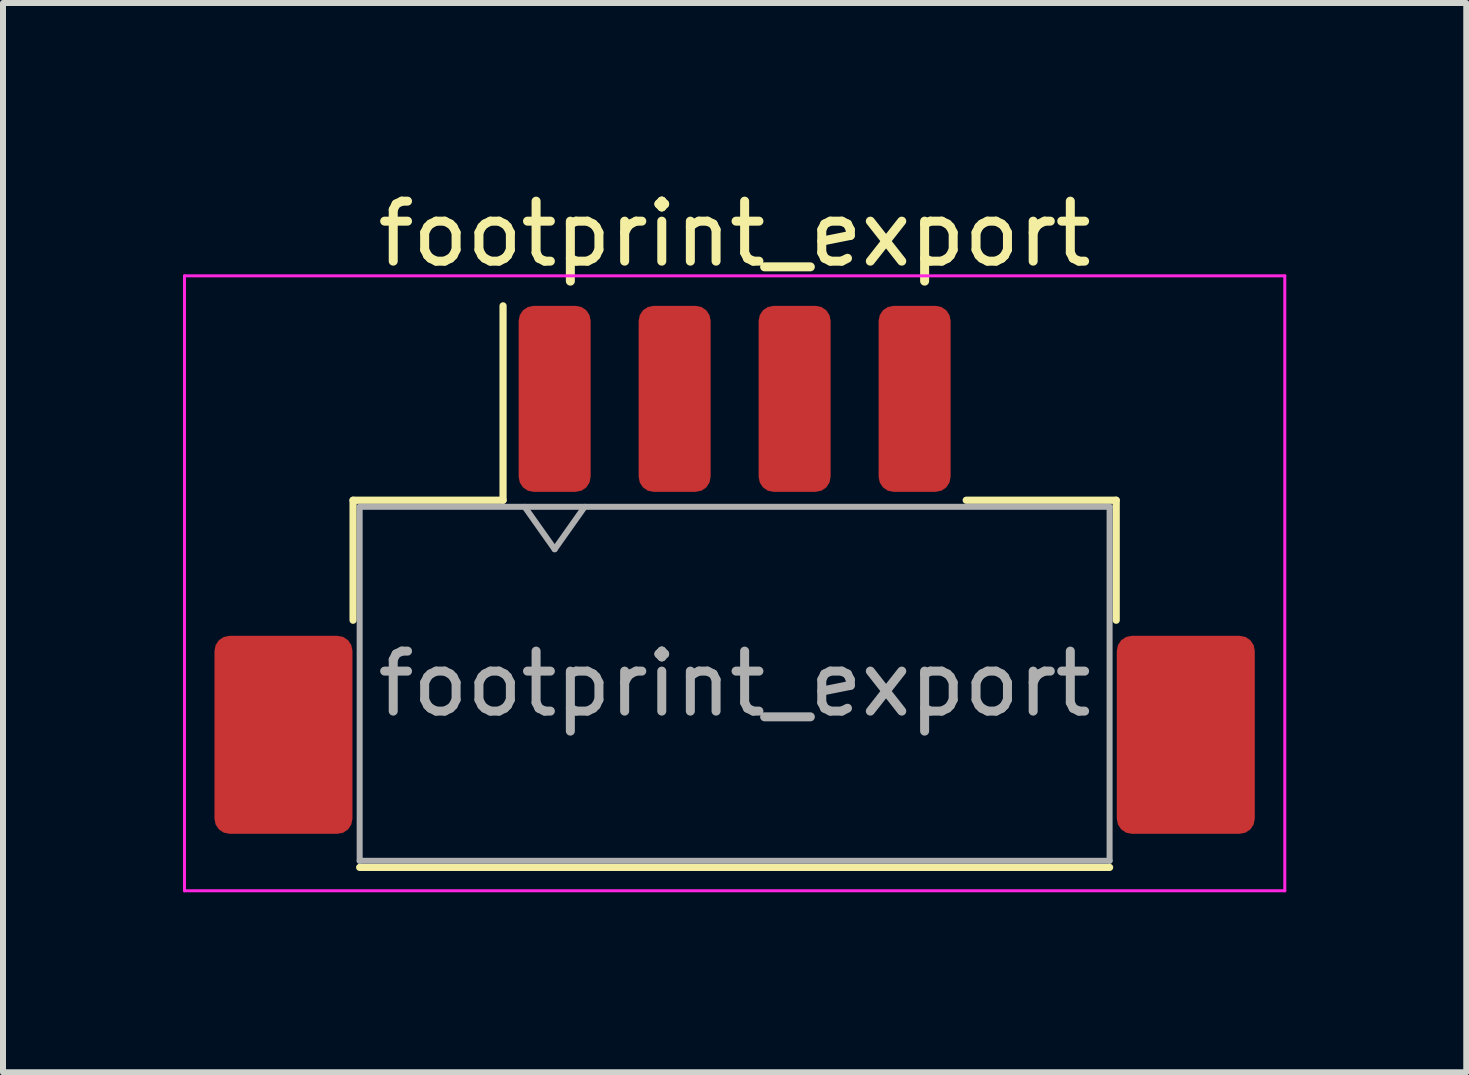
<source format=kicad_pcb>
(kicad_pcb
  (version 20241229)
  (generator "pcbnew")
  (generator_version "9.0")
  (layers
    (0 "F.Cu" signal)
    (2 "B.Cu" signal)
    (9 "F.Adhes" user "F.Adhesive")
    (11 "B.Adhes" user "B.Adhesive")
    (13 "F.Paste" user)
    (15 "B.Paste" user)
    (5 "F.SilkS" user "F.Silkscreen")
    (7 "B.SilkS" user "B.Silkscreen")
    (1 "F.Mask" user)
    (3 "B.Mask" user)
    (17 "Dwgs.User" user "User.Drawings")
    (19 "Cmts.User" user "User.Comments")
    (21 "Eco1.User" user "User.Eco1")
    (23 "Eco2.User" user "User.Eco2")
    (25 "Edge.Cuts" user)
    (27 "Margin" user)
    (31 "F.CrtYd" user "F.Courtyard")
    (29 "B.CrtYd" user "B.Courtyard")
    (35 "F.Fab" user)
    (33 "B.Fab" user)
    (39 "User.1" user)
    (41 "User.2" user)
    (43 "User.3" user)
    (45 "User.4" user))
  (footprint "footprint_export"
    (layer "F.Cu")
    (at 9.195 6.448)
    (property "Reference" "footprint_export" (at 0 -5.6 0) (layer "F.SilkS") (effects (font (size 1 1) (thickness 0.15))))
    (attr smd)
    (fp_line (start -6.36 -1.16) (end -3.86 -1.16) (stroke (width 0.12) (type solid)) (layer "F.SilkS"))
    (fp_line (start -6.36 0.84) (end -6.36 -1.16) (stroke (width 0.12) (type solid)) (layer "F.SilkS"))
    (fp_line (start -6.25 4.96) (end 6.25 4.96) (stroke (width 0.12) (type solid)) (layer "F.SilkS"))
    (fp_line (start -3.86 -1.16) (end -3.86 -4.4) (stroke (width 0.12) (type solid)) (layer "F.SilkS"))
    (fp_line (start 6.36 -1.16) (end 3.86 -1.16) (stroke (width 0.12) (type solid)) (layer "F.SilkS"))
    (fp_line (start 6.36 0.84) (end 6.36 -1.16) (stroke (width 0.12) (type solid)) (layer "F.SilkS"))
    (fp_line (start -9.17 -4.9) (end -9.17 5.35) (stroke (width 0.05) (type solid)) (layer "F.CrtYd"))
    (fp_line (start -9.17 5.35) (end 9.17 5.35) (stroke (width 0.05) (type solid)) (layer "F.CrtYd"))
    (fp_line (start 9.17 -4.9) (end -9.17 -4.9) (stroke (width 0.05) (type solid)) (layer "F.CrtYd"))
    (fp_line (start 9.17 5.35) (end 9.17 -4.9) (stroke (width 0.05) (type solid)) (layer "F.CrtYd"))
    (fp_line (start -6.25 -1.05) (end -6.25 4.85) (stroke (width 0.1) (type solid)) (layer "F.Fab"))
    (fp_line (start -6.25 -1.05) (end 6.25 -1.05) (stroke (width 0.1) (type solid)) (layer "F.Fab"))
    (fp_line (start -6.25 4.85) (end 6.25 4.85) (stroke (width 0.1) (type solid)) (layer "F.Fab"))
    (fp_line (start -3.5 -1.05) (end -3 -0.343) (stroke (width 0.1) (type solid)) (layer "F.Fab"))
    (fp_line (start -3 -0.343) (end -2.5 -1.05) (stroke (width 0.1) (type solid)) (layer "F.Fab"))
    (fp_line (start 6.25 -1.05) (end 6.25 4.85) (stroke (width 0.1) (type solid)) (layer "F.Fab"))
    (fp_text user "${REFERENCE}" (at 0 1.9 0) (layer "F.Fab") (effects (font (size 1 1) (thickness 0.15))))
    (pad "1" smd roundrect (at -3 -2.85) (size 1.2 3.1) (layers "F.Cu" "F.Mask" "F.Paste") (roundrect_rratio 0.208))
    (pad "2" smd roundrect (at -1 -2.85) (size 1.2 3.1) (layers "F.Cu" "F.Mask" "F.Paste") (roundrect_rratio 0.208))
    (pad "3" smd roundrect (at 1 -2.85) (size 1.2 3.1) (layers "F.Cu" "F.Mask" "F.Paste") (roundrect_rratio 0.208))
    (pad "4" smd roundrect (at 3 -2.85) (size 1.2 3.1) (layers "F.Cu" "F.Mask" "F.Paste") (roundrect_rratio 0.208))
    (pad "MP" smd roundrect (at -7.52 2.75) (size 2.3 3.3) (layers "F.Cu" "F.Mask" "F.Paste") (roundrect_rratio 0.109))
    (pad "MP" smd roundrect (at 7.52 2.75) (size 2.3 3.3) (layers "F.Cu" "F.Mask" "F.Paste") (roundrect_rratio 0.109)))
  (gr_rect
    (start -3 -3)
    (end 21.39 14.823)
    (stroke (width 0.1) (type default))
    (fill no)
    (layer "Edge.Cuts")))
</source>
